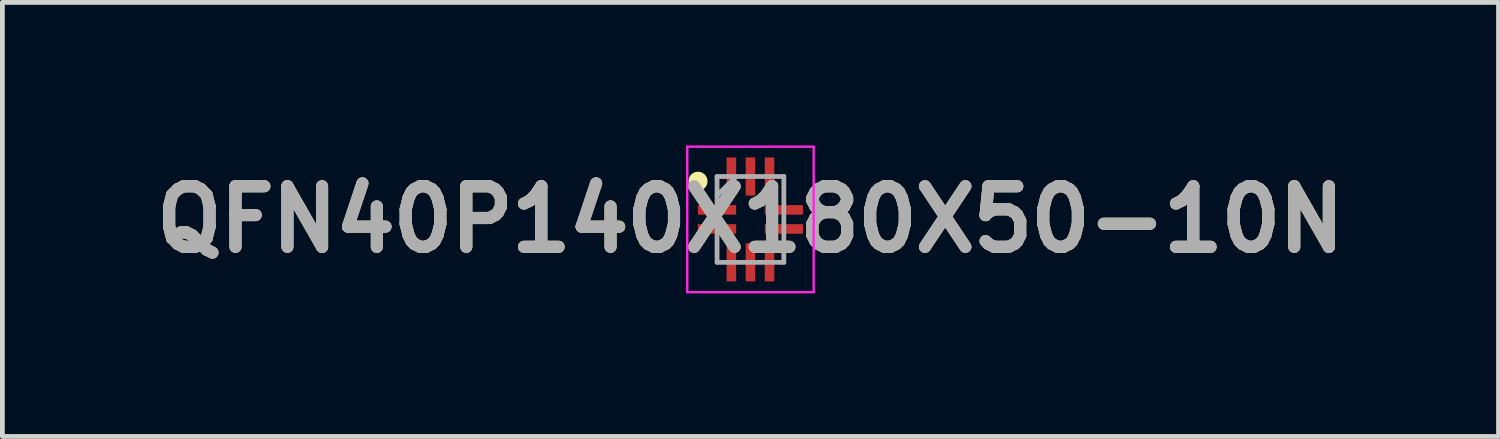
<source format=kicad_pcb>
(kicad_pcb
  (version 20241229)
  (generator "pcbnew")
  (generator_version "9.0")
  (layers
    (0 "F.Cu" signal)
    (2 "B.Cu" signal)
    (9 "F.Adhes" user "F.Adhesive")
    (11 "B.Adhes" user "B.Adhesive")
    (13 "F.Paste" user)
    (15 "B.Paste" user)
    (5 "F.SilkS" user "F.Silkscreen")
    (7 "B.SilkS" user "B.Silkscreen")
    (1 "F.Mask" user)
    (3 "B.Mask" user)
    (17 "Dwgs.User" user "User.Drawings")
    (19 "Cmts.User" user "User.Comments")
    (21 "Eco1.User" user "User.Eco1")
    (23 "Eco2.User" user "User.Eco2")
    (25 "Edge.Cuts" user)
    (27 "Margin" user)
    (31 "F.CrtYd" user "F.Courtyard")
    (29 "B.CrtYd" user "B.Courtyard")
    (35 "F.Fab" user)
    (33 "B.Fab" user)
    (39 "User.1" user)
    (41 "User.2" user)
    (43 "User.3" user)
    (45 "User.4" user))
  (footprint "QFN40P140X180X50-10N"
    (layer "F.Cu")
    (at 12.682 1.55)
    (property "Reference" "QFN40P140X180X50-10N" (at 0 0 0) (layer "F.SilkS") (effects (font (size 1.27 1.27) (thickness 0.254))))
    (attr smd)
    (fp_circle (center -1.1 -0.8) (end -1.1 -0.7) (stroke (width 0.2) (type solid)) (fill no) (layer "F.SilkS"))
    (fp_line (start -1.325 -1.525) (end 1.325 -1.525) (stroke (width 0.05) (type solid)) (layer "F.CrtYd"))
    (fp_line (start -1.325 1.525) (end -1.325 -1.525) (stroke (width 0.05) (type solid)) (layer "F.CrtYd"))
    (fp_line (start 1.325 -1.525) (end 1.325 1.525) (stroke (width 0.05) (type solid)) (layer "F.CrtYd"))
    (fp_line (start 1.325 1.525) (end -1.325 1.525) (stroke (width 0.05) (type solid)) (layer "F.CrtYd"))
    (fp_line (start -0.7 -0.9) (end 0.7 -0.9) (stroke (width 0.1) (type solid)) (layer "F.Fab"))
    (fp_line (start -0.7 -0.5) (end -0.3 -0.9) (stroke (width 0.1) (type solid)) (layer "F.Fab"))
    (fp_line (start -0.7 0.9) (end -0.7 -0.9) (stroke (width 0.1) (type solid)) (layer "F.Fab"))
    (fp_line (start 0.7 -0.9) (end 0.7 0.9) (stroke (width 0.1) (type solid)) (layer "F.Fab"))
    (fp_line (start 0.7 0.9) (end -0.7 0.9) (stroke (width 0.1) (type solid)) (layer "F.Fab"))
    (fp_text user "${REFERENCE}" (at 0 0 0) (layer "F.Fab") (effects (font (size 1.27 1.27) (thickness 0.254))))
    (pad "1" smd rect (at -0.7 -0.2 90) (size 0.2 0.8) (layers "F.Cu" "F.Mask" "F.Paste"))
    (pad "2" smd rect (at -0.7 0.2 90) (size 0.2 0.8) (layers "F.Cu" "F.Mask" "F.Paste"))
    (pad "3" smd rect (at -0.4 0.9) (size 0.2 0.8) (layers "F.Cu" "F.Mask" "F.Paste"))
    (pad "4" smd rect (at 0 0.9) (size 0.2 0.8) (layers "F.Cu" "F.Mask" "F.Paste"))
    (pad "5" smd rect (at 0.4 0.9) (size 0.2 0.8) (layers "F.Cu" "F.Mask" "F.Paste"))
    (pad "6" smd rect (at 0.7 0.2 90) (size 0.2 0.8) (layers "F.Cu" "F.Mask" "F.Paste"))
    (pad "7" smd rect (at 0.7 -0.2 90) (size 0.2 0.8) (layers "F.Cu" "F.Mask" "F.Paste"))
    (pad "8" smd rect (at 0.4 -0.9) (size 0.2 0.8) (layers "F.Cu" "F.Mask" "F.Paste"))
    (pad "9" smd rect (at 0 -0.9) (size 0.2 0.8) (layers "F.Cu" "F.Mask" "F.Paste"))
    (pad "10" smd rect (at -0.4 -0.9) (size 0.2 0.8) (layers "F.Cu" "F.Mask" "F.Paste")))
  (gr_rect
    (start -3 -3)
    (end 28.364 6.1)
    (stroke (width 0.1) (type default))
    (fill no)
    (layer "Edge.Cuts")))
</source>
